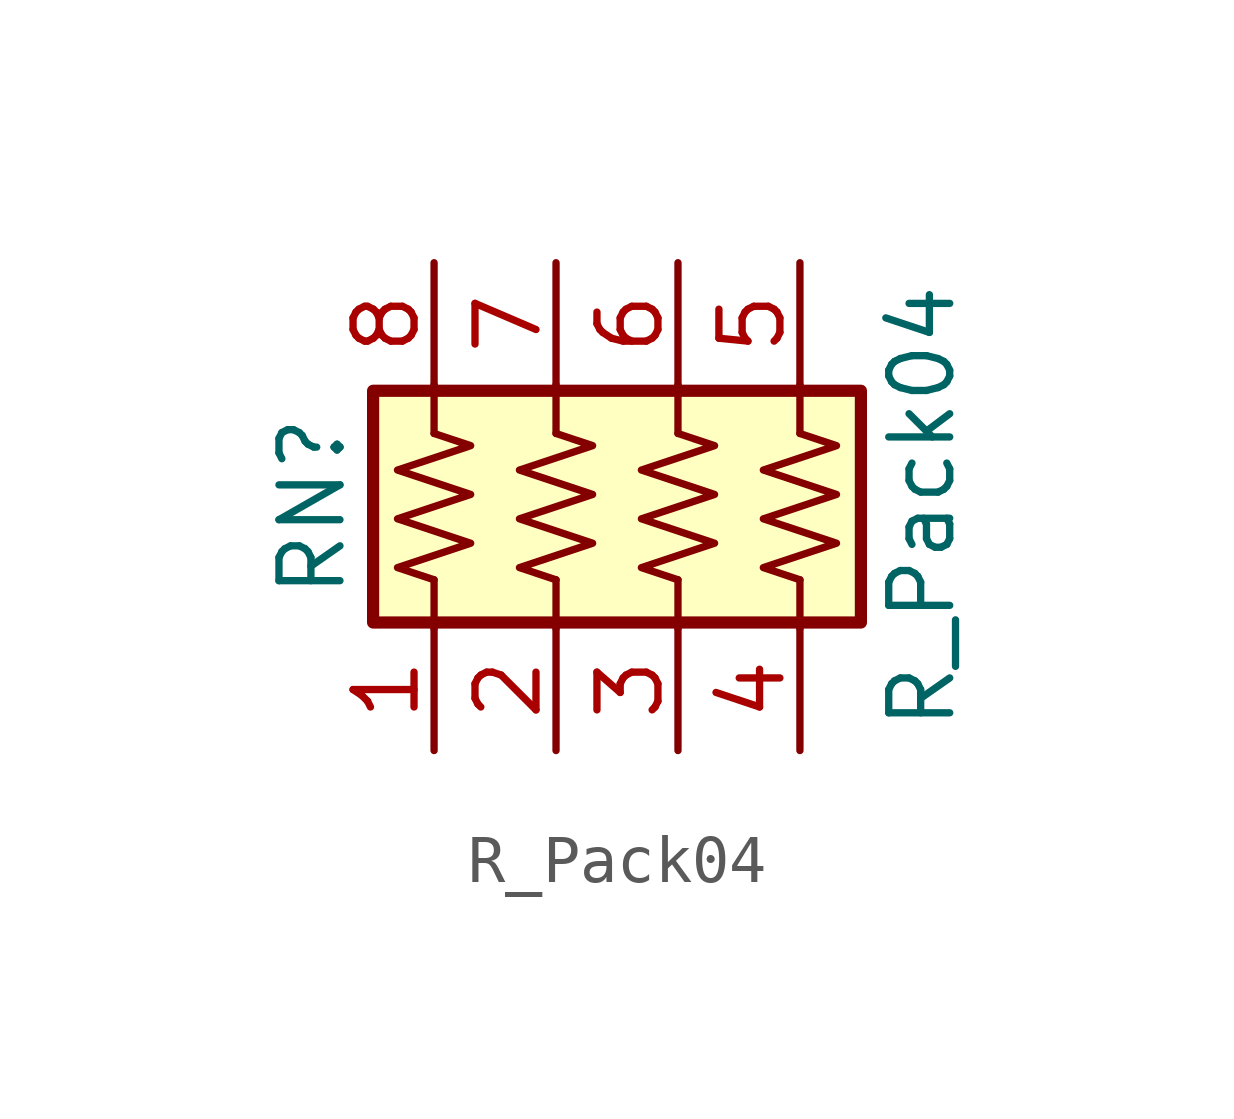
<source format=kicad_sym>
(kicad_symbol_lib
  (version 20220914)
  (generator kicad_symbol_editor)
  (symbol "R_Pack04"
    (pin_names
      (offset 0) hide)
    (property "Reference" "RN"
      (at -7.62 0 90)
      (effects (font (size 1.27 1.27))))
    (property "Value" "R_Pack04"
      (at 5.08 0 90)
      (effects (font (size 1.27 1.27))))
    (symbol "R_Pack04_0_1"
      (rectangle (start -6.35 -2.413) (end 3.81 2.413) (stroke (width 0.254) (type solid)) (fill (type background)))
      (polyline (pts (xy -5.08 -2.54) (xy -5.08 -1.524)) (stroke (width 0) (type solid)) (fill (type none)))
      (polyline (pts (xy -5.08 1.524) (xy -5.08 2.54)) (stroke (width 0) (type solid)) (fill (type none)))
      (polyline (pts (xy -2.54 -2.54) (xy -2.54 -1.524)) (stroke (width 0) (type solid)) (fill (type none)))
      (polyline (pts (xy -2.54 1.524) (xy -2.54 2.54)) (stroke (width 0) (type solid)) (fill (type none)))
      (polyline (pts (xy 0 -2.54) (xy 0 -1.524)) (stroke (width 0) (type solid)) (fill (type none)))
      (polyline (pts (xy 0 1.524) (xy 0 2.54)) (stroke (width 0) (type solid)) (fill (type none)))
      (polyline (pts (xy 2.54 -2.54) (xy 2.54 -1.524)) (stroke (width 0) (type solid)) (fill (type none)))
      (polyline (pts (xy 2.54 1.524) (xy 2.54 2.54)) (stroke (width 0) (type solid)) (fill (type none)))
      (polyline (pts (xy -5.08 1.524) (xy -4.318 1.27) (xy -5.842 0.762) (xy -4.318 0.254) (xy -5.842 -0.254) (xy -4.318 -0.762) (xy -5.842 -1.27) (xy -5.08 -1.524)) (stroke (width 0) (type solid)) (fill (type none))))
    (symbol "R_Pack04_1_1"
      (polyline (pts (xy -2.54 1.524) (xy -1.778 1.27) (xy -3.302 0.762) (xy -1.778 0.254) (xy -3.302 -0.254) (xy -1.778 -0.762) (xy -3.302 -1.27) (xy -2.54 -1.524)) (stroke (width 0) (type solid)) (fill (type none)))
      (polyline (pts (xy 0 1.524) (xy 0.762 1.27) (xy -0.762 0.762) (xy 0.762 0.254) (xy -0.762 -0.254) (xy 0.762 -0.762) (xy -0.762 -1.27) (xy 0 -1.524)) (stroke (width 0) (type solid)) (fill (type none)))
      (polyline (pts (xy 2.54 1.524) (xy 3.302 1.27) (xy 1.778 0.762) (xy 3.302 0.254) (xy 1.778 -0.254) (xy 3.302 -0.762) (xy 1.778 -1.27) (xy 2.54 -1.524)) (stroke (width 0) (type solid)) (fill (type none)))
      (pin passive line (at -5.08 -5.08 90) (length 2.54) (name "R1.1" (effects (font (size 1.27 1.27)))) (number "1" (effects (font (size 1.27 1.27)))))
      (pin passive line (at -2.54 -5.08 90) (length 2.54) (name "R2.1" (effects (font (size 1.27 1.27)))) (number "2" (effects (font (size 1.27 1.27)))))
      (pin passive line (at 0 -5.08 90) (length 2.54) (name "R3.1" (effects (font (size 1.27 1.27)))) (number "3" (effects (font (size 1.27 1.27)))))
      (pin passive line (at 2.54 -5.08 90) (length 2.54) (name "R4.1" (effects (font (size 1.27 1.27)))) (number "4" (effects (font (size 1.27 1.27)))))
      (pin passive line (at 2.54 5.08 270) (length 2.54) (name "R4.2" (effects (font (size 1.27 1.27)))) (number "5" (effects (font (size 1.27 1.27)))))
      (pin passive line (at 0 5.08 270) (length 2.54) (name "R3.2" (effects (font (size 1.27 1.27)))) (number "6" (effects (font (size 1.27 1.27)))))
      (pin passive line (at -2.54 5.08 270) (length 2.54) (name "R2.2" (effects (font (size 1.27 1.27)))) (number "7" (effects (font (size 1.27 1.27)))))
      (pin passive line (at -5.08 5.08 270) (length 2.54) (name "R1.2" (effects (font (size 1.27 1.27)))) (number "8" (effects (font (size 1.27 1.27))))))))
</source>
